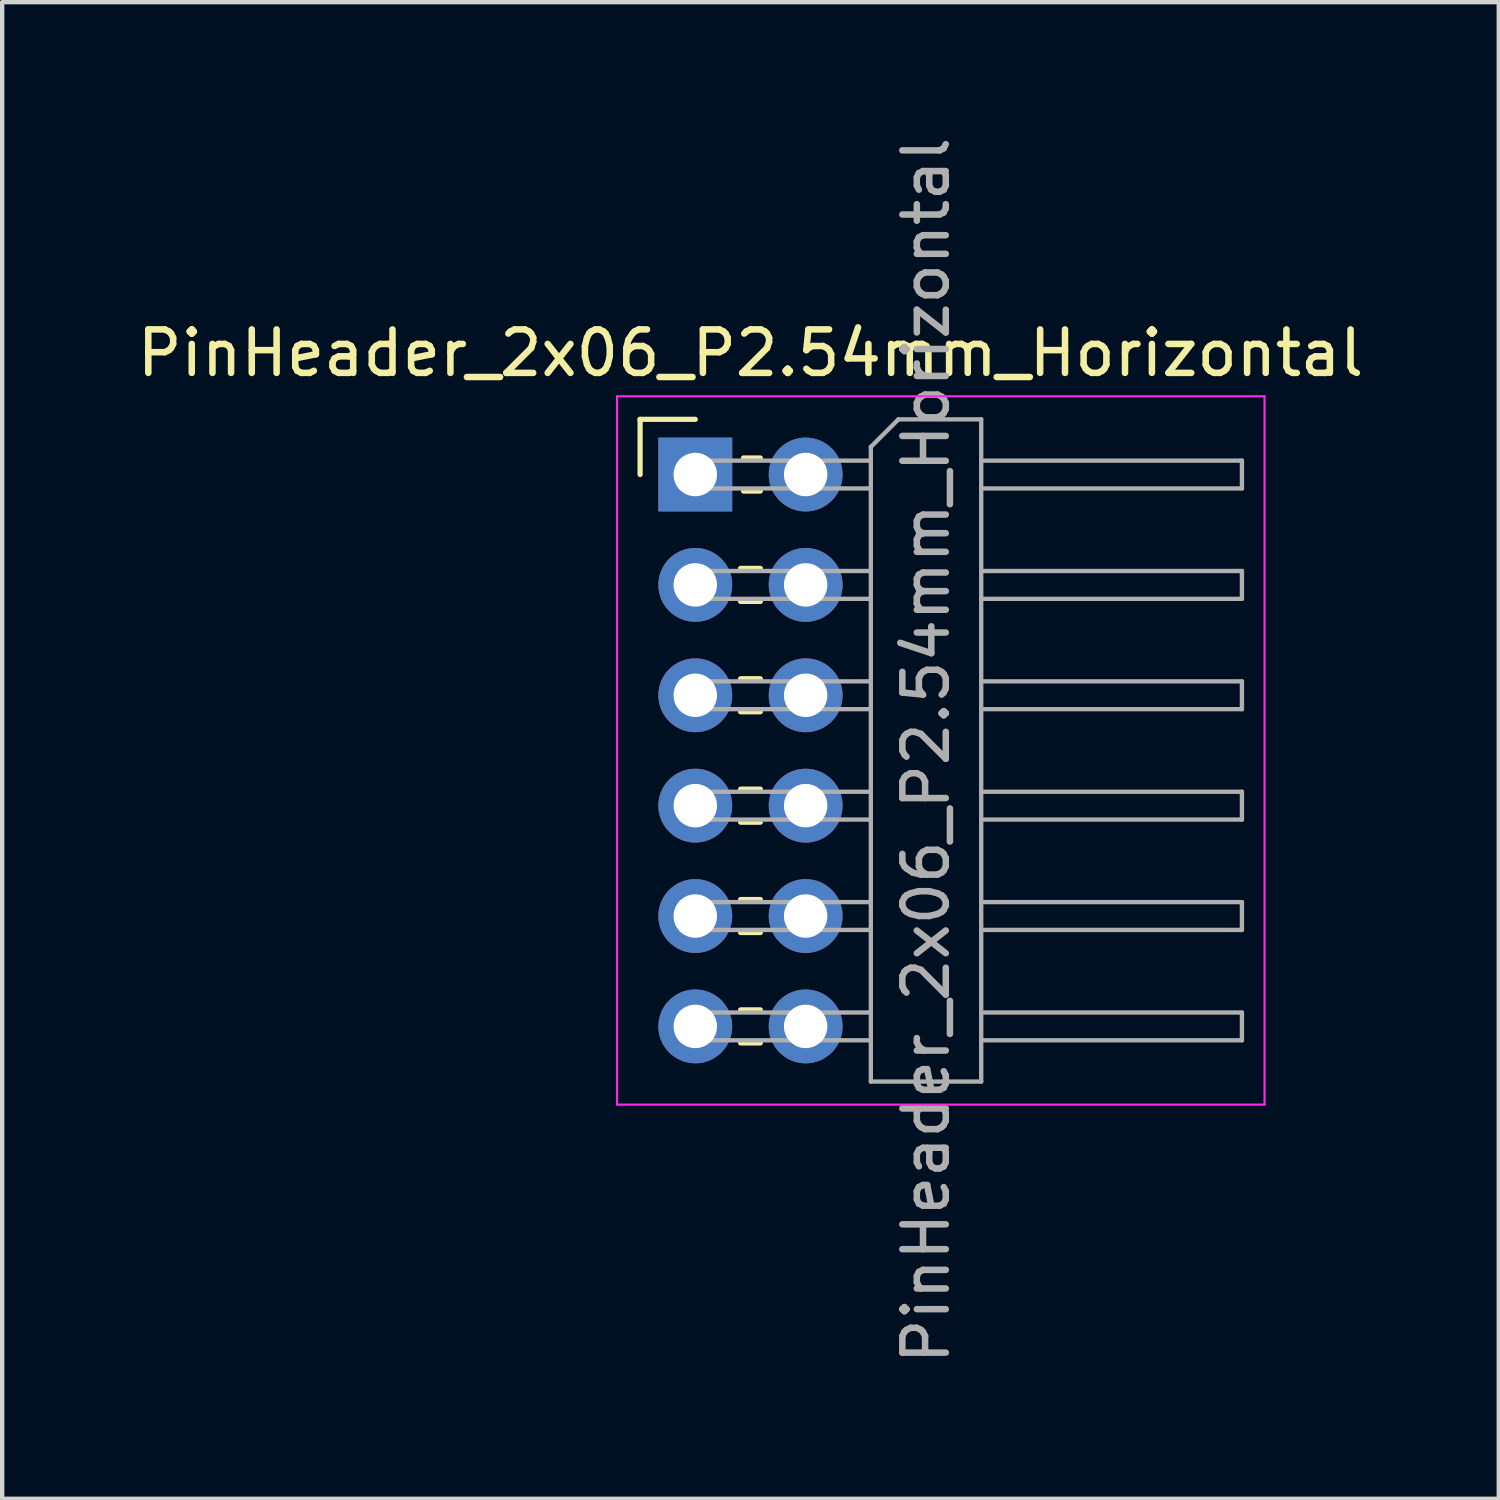
<source format=kicad_pcb>
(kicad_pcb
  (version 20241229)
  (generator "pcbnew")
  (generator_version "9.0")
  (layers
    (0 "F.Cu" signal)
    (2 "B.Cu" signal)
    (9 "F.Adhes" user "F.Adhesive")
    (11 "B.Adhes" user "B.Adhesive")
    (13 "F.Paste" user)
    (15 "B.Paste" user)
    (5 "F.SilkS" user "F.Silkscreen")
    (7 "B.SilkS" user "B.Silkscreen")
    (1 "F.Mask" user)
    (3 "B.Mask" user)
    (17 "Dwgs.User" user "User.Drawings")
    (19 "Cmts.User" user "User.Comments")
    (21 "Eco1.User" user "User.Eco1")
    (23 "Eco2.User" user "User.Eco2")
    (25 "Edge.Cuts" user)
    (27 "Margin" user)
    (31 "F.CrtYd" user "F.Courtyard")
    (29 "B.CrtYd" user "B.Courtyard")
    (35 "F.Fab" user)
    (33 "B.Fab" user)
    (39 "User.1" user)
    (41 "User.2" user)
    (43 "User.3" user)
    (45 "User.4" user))
  (footprint "PinHeader_2x06_P2.54mm_Horizontal"
    (layer "F.Cu")
    (at 12.95 7.87)
    (property "Reference" "PinHeader_2x06_P2.54mm_Horizontal" (at 1.27 -2.794 0) (layer "F.SilkS") (effects (font (size 1 1) (thickness 0.15))))
    (attr through_hole)
    (fp_line (start -1.27 -1.27) (end 0 -1.27) (stroke (width 0.12) (type solid)) (layer "F.SilkS"))
    (fp_line (start -1.27 0) (end -1.27 -1.27) (stroke (width 0.12) (type solid)) (layer "F.SilkS"))
    (fp_line (start 1.043 2.16) (end 1.497 2.16) (stroke (width 0.12) (type solid)) (layer "F.SilkS"))
    (fp_line (start 1.043 2.92) (end 1.497 2.92) (stroke (width 0.12) (type solid)) (layer "F.SilkS"))
    (fp_line (start 1.043 4.7) (end 1.497 4.7) (stroke (width 0.12) (type solid)) (layer "F.SilkS"))
    (fp_line (start 1.043 5.46) (end 1.497 5.46) (stroke (width 0.12) (type solid)) (layer "F.SilkS"))
    (fp_line (start 1.043 7.24) (end 1.497 7.24) (stroke (width 0.12) (type solid)) (layer "F.SilkS"))
    (fp_line (start 1.043 8) (end 1.497 8) (stroke (width 0.12) (type solid)) (layer "F.SilkS"))
    (fp_line (start 1.043 9.78) (end 1.497 9.78) (stroke (width 0.12) (type solid)) (layer "F.SilkS"))
    (fp_line (start 1.043 10.54) (end 1.497 10.54) (stroke (width 0.12) (type solid)) (layer "F.SilkS"))
    (fp_line (start 1.043 12.32) (end 1.497 12.32) (stroke (width 0.12) (type solid)) (layer "F.SilkS"))
    (fp_line (start 1.043 13.08) (end 1.497 13.08) (stroke (width 0.12) (type solid)) (layer "F.SilkS"))
    (fp_line (start 1.11 -0.38) (end 1.497 -0.38) (stroke (width 0.12) (type solid)) (layer "F.SilkS"))
    (fp_line (start 1.11 0.38) (end 1.497 0.38) (stroke (width 0.12) (type solid)) (layer "F.SilkS"))
    (fp_line (start -1.8 -1.8) (end -1.8 14.5) (stroke (width 0.05) (type solid)) (layer "F.CrtYd"))
    (fp_line (start -1.8 14.5) (end 13.1 14.5) (stroke (width 0.05) (type solid)) (layer "F.CrtYd"))
    (fp_line (start 13.1 -1.8) (end -1.8 -1.8) (stroke (width 0.05) (type solid)) (layer "F.CrtYd"))
    (fp_line (start 13.1 14.5) (end 13.1 -1.8) (stroke (width 0.05) (type solid)) (layer "F.CrtYd"))
    (fp_line (start -0.32 -0.32) (end -0.32 0.32) (stroke (width 0.1) (type solid)) (layer "F.Fab"))
    (fp_line (start -0.32 -0.32) (end 4.04 -0.32) (stroke (width 0.1) (type solid)) (layer "F.Fab"))
    (fp_line (start -0.32 0.32) (end 4.04 0.32) (stroke (width 0.1) (type solid)) (layer "F.Fab"))
    (fp_line (start -0.32 2.22) (end -0.32 2.86) (stroke (width 0.1) (type solid)) (layer "F.Fab"))
    (fp_line (start -0.32 2.22) (end 4.04 2.22) (stroke (width 0.1) (type solid)) (layer "F.Fab"))
    (fp_line (start -0.32 2.86) (end 4.04 2.86) (stroke (width 0.1) (type solid)) (layer "F.Fab"))
    (fp_line (start -0.32 4.76) (end -0.32 5.4) (stroke (width 0.1) (type solid)) (layer "F.Fab"))
    (fp_line (start -0.32 4.76) (end 4.04 4.76) (stroke (width 0.1) (type solid)) (layer "F.Fab"))
    (fp_line (start -0.32 5.4) (end 4.04 5.4) (stroke (width 0.1) (type solid)) (layer "F.Fab"))
    (fp_line (start -0.32 7.3) (end -0.32 7.94) (stroke (width 0.1) (type solid)) (layer "F.Fab"))
    (fp_line (start -0.32 7.3) (end 4.04 7.3) (stroke (width 0.1) (type solid)) (layer "F.Fab"))
    (fp_line (start -0.32 7.94) (end 4.04 7.94) (stroke (width 0.1) (type solid)) (layer "F.Fab"))
    (fp_line (start -0.32 9.84) (end -0.32 10.48) (stroke (width 0.1) (type solid)) (layer "F.Fab"))
    (fp_line (start -0.32 9.84) (end 4.04 9.84) (stroke (width 0.1) (type solid)) (layer "F.Fab"))
    (fp_line (start -0.32 10.48) (end 4.04 10.48) (stroke (width 0.1) (type solid)) (layer "F.Fab"))
    (fp_line (start -0.32 12.38) (end -0.32 13.02) (stroke (width 0.1) (type solid)) (layer "F.Fab"))
    (fp_line (start -0.32 12.38) (end 4.04 12.38) (stroke (width 0.1) (type solid)) (layer "F.Fab"))
    (fp_line (start -0.32 13.02) (end 4.04 13.02) (stroke (width 0.1) (type solid)) (layer "F.Fab"))
    (fp_line (start 4.04 -0.635) (end 4.675 -1.27) (stroke (width 0.1) (type solid)) (layer "F.Fab"))
    (fp_line (start 4.04 13.97) (end 4.04 -0.635) (stroke (width 0.1) (type solid)) (layer "F.Fab"))
    (fp_line (start 4.675 -1.27) (end 6.58 -1.27) (stroke (width 0.1) (type solid)) (layer "F.Fab"))
    (fp_line (start 6.58 -1.27) (end 6.58 13.97) (stroke (width 0.1) (type solid)) (layer "F.Fab"))
    (fp_line (start 6.58 -0.32) (end 12.58 -0.32) (stroke (width 0.1) (type solid)) (layer "F.Fab"))
    (fp_line (start 6.58 0.32) (end 12.58 0.32) (stroke (width 0.1) (type solid)) (layer "F.Fab"))
    (fp_line (start 6.58 2.22) (end 12.58 2.22) (stroke (width 0.1) (type solid)) (layer "F.Fab"))
    (fp_line (start 6.58 2.86) (end 12.58 2.86) (stroke (width 0.1) (type solid)) (layer "F.Fab"))
    (fp_line (start 6.58 4.76) (end 12.58 4.76) (stroke (width 0.1) (type solid)) (layer "F.Fab"))
    (fp_line (start 6.58 5.4) (end 12.58 5.4) (stroke (width 0.1) (type solid)) (layer "F.Fab"))
    (fp_line (start 6.58 7.3) (end 12.58 7.3) (stroke (width 0.1) (type solid)) (layer "F.Fab"))
    (fp_line (start 6.58 7.94) (end 12.58 7.94) (stroke (width 0.1) (type solid)) (layer "F.Fab"))
    (fp_line (start 6.58 9.84) (end 12.58 9.84) (stroke (width 0.1) (type solid)) (layer "F.Fab"))
    (fp_line (start 6.58 10.48) (end 12.58 10.48) (stroke (width 0.1) (type solid)) (layer "F.Fab"))
    (fp_line (start 6.58 12.38) (end 12.58 12.38) (stroke (width 0.1) (type solid)) (layer "F.Fab"))
    (fp_line (start 6.58 13.02) (end 12.58 13.02) (stroke (width 0.1) (type solid)) (layer "F.Fab"))
    (fp_line (start 6.58 13.97) (end 4.04 13.97) (stroke (width 0.1) (type solid)) (layer "F.Fab"))
    (fp_line (start 12.58 -0.32) (end 12.58 0.32) (stroke (width 0.1) (type solid)) (layer "F.Fab"))
    (fp_line (start 12.58 2.22) (end 12.58 2.86) (stroke (width 0.1) (type solid)) (layer "F.Fab"))
    (fp_line (start 12.58 4.76) (end 12.58 5.4) (stroke (width 0.1) (type solid)) (layer "F.Fab"))
    (fp_line (start 12.58 7.3) (end 12.58 7.94) (stroke (width 0.1) (type solid)) (layer "F.Fab"))
    (fp_line (start 12.58 9.84) (end 12.58 10.48) (stroke (width 0.1) (type solid)) (layer "F.Fab"))
    (fp_line (start 12.58 12.38) (end 12.58 13.02) (stroke (width 0.1) (type solid)) (layer "F.Fab"))
    (fp_text user "${REFERENCE}" (at 5.31 6.35 90) (layer "F.Fab") (effects (font (size 1 1) (thickness 0.15))))
    (pad "1" thru_hole rect (at 0 0) (size 1.7 1.7) (drill 1) (layers "*.Cu" "*.Mask"))
    (pad "2" thru_hole oval (at 2.54 0) (size 1.7 1.7) (drill 1) (layers "*.Cu" "*.Mask"))
    (pad "3" thru_hole oval (at 0 2.54) (size 1.7 1.7) (drill 1) (layers "*.Cu" "*.Mask"))
    (pad "4" thru_hole oval (at 2.54 2.54) (size 1.7 1.7) (drill 1) (layers "*.Cu" "*.Mask"))
    (pad "5" thru_hole oval (at 0 5.08) (size 1.7 1.7) (drill 1) (layers "*.Cu" "*.Mask"))
    (pad "6" thru_hole oval (at 2.54 5.08) (size 1.7 1.7) (drill 1) (layers "*.Cu" "*.Mask"))
    (pad "7" thru_hole oval (at 0 7.62) (size 1.7 1.7) (drill 1) (layers "*.Cu" "*.Mask"))
    (pad "8" thru_hole oval (at 2.54 7.62) (size 1.7 1.7) (drill 1) (layers "*.Cu" "*.Mask"))
    (pad "9" thru_hole oval (at 0 10.16) (size 1.7 1.7) (drill 1) (layers "*.Cu" "*.Mask"))
    (pad "10" thru_hole oval (at 2.54 10.16) (size 1.7 1.7) (drill 1) (layers "*.Cu" "*.Mask"))
    (pad "11" thru_hole oval (at 0 12.7) (size 1.7 1.7) (drill 1) (layers "*.Cu" "*.Mask"))
    (pad "12" thru_hole oval (at 2.54 12.7) (size 1.7 1.7) (drill 1) (layers "*.Cu" "*.Mask")))
  (gr_rect
    (start -3 -3)
    (end 31.44 31.44)
    (stroke (width 0.1) (type default))
    (fill no)
    (layer "Edge.Cuts")))
</source>
